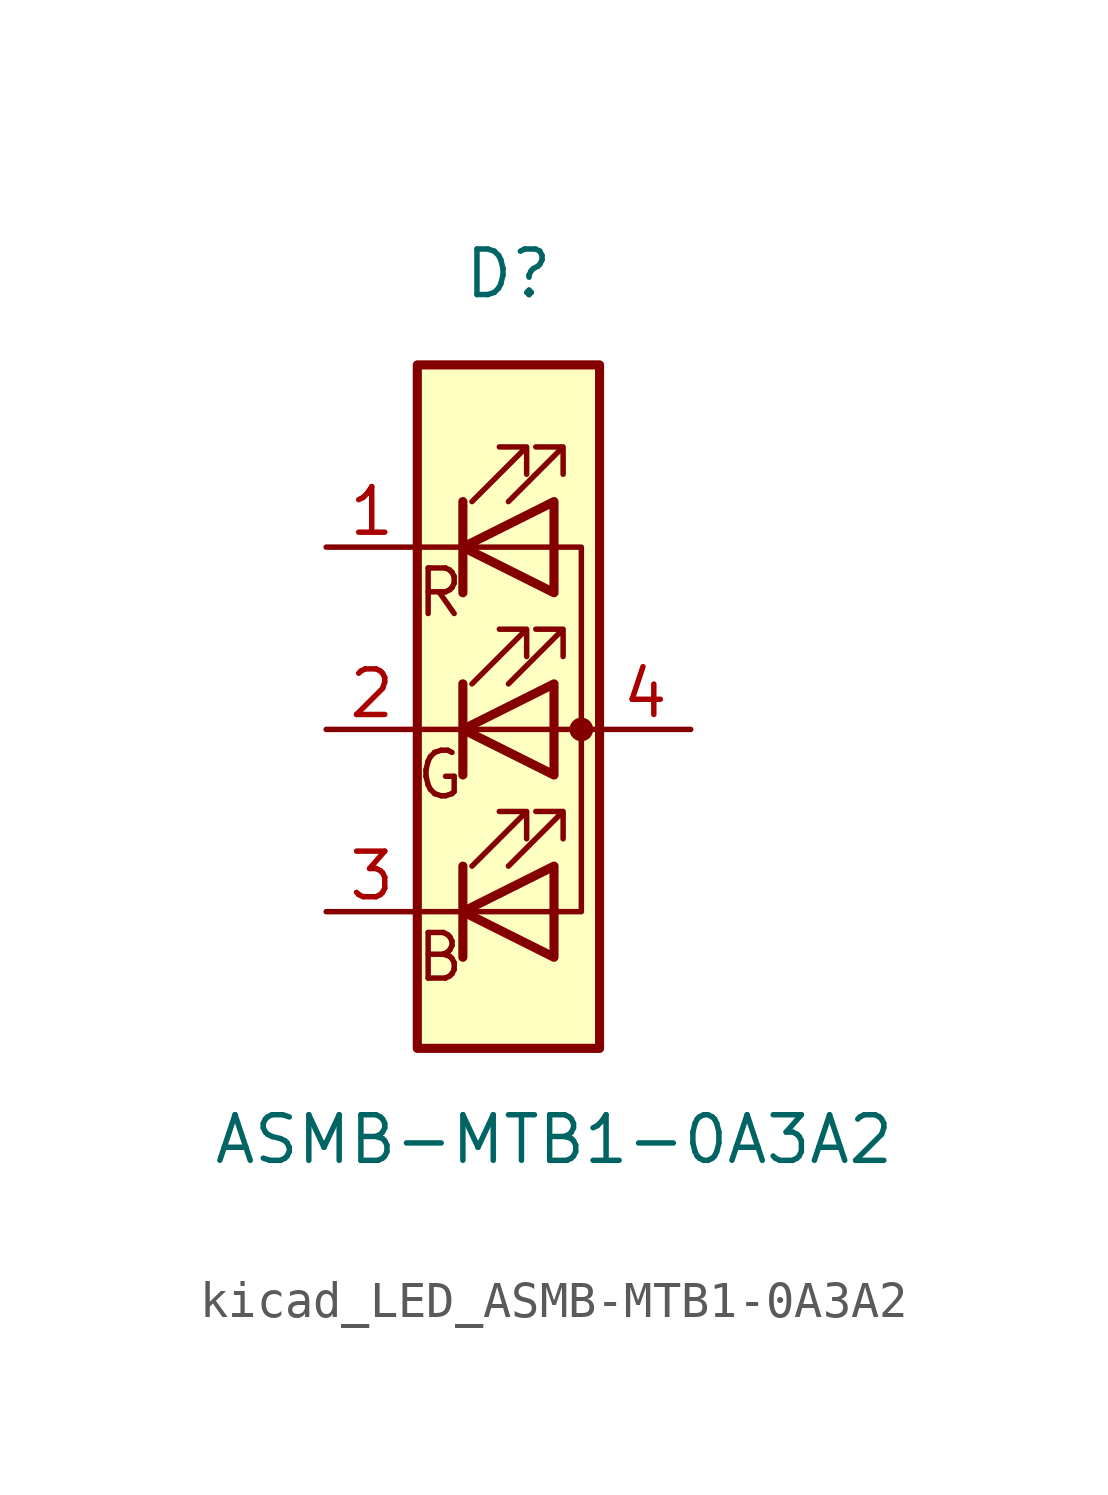
<source format=kicad_sym>
(kicad_symbol_lib
  (version 20220914)
  (generator kicad_symbol_editor)
  (symbol "kicad_LED_ASMB-MTB1-0A3A2"
    (pin_names
      (offset 0) hide)
    (property "Reference" "D"
      (at 0 12.7 0)
      (effects (font (size 1.27 1.27))))
    (property "Value" "ASMB-MTB1-0A3A2"
      (at 1.27 -11.43 0)
      (effects (font (size 1.27 1.27))))
    (symbol "kicad_LED_ASMB-MTB1-0A3A2_0_0"
      (text "B" (at -1.905 -6.35 0) (effects (font (size 1.27 1.27))))
      (text "G" (at -1.905 -1.27 0) (effects (font (size 1.27 1.27))))
      (text "R" (at -1.905 3.81 0) (effects (font (size 1.27 1.27)))))
    (symbol "kicad_LED_ASMB-MTB1-0A3A2_0_1"
      (polyline (pts (xy -2.54 -5.08) (xy 1.27 -5.08)) (stroke (width 0) (type default)) (fill (type none)))
      (polyline (pts (xy -1.27 -3.81) (xy -1.27 -6.35)) (stroke (width 0.254) (type default)) (fill (type none)))
      (polyline (pts (xy -1.27 1.27) (xy -1.27 -1.27)) (stroke (width 0.254) (type default)) (fill (type none)))
      (polyline (pts (xy -1.27 6.35) (xy -1.27 3.81)) (stroke (width 0.254) (type default)) (fill (type none)))
      (polyline (pts (xy 1.27 5.08) (xy -2.54 5.08)) (stroke (width 0) (type default)) (fill (type none)))
      (polyline (pts (xy 2.54 0) (xy -2.54 0)) (stroke (width 0) (type default)) (fill (type none)))
      (polyline (pts (xy 1.27 -5.08) (xy 2.032 -5.08) (xy 2.032 5.08) (xy 1.27 5.08)) (stroke (width 0) (type default)) (fill (type none)))
      (polyline (pts (xy 1.27 -3.81) (xy 1.27 -6.35) (xy -1.27 -5.08) (xy 1.27 -3.81)) (stroke (width 0.254) (type default)) (fill (type none)))
      (polyline (pts (xy 1.27 1.27) (xy 1.27 -1.27) (xy -1.27 0) (xy 1.27 1.27)) (stroke (width 0.254) (type default)) (fill (type none)))
      (polyline (pts (xy 1.27 6.35) (xy 1.27 3.81) (xy -1.27 5.08) (xy 1.27 6.35)) (stroke (width 0.254) (type default)) (fill (type none)))
      (polyline (pts (xy -1.016 -3.81) (xy 0.508 -2.286) (xy -0.254 -2.286) (xy 0.508 -2.286) (xy 0.508 -3.048)) (stroke (width 0) (type default)) (fill (type none)))
      (polyline (pts (xy -1.016 1.27) (xy 0.508 2.794) (xy -0.254 2.794) (xy 0.508 2.794) (xy 0.508 2.032)) (stroke (width 0) (type default)) (fill (type none)))
      (polyline (pts (xy -1.016 6.35) (xy 0.508 7.874) (xy -0.254 7.874) (xy 0.508 7.874) (xy 0.508 7.112)) (stroke (width 0) (type default)) (fill (type none)))
      (polyline (pts (xy 0 -3.81) (xy 1.524 -2.286) (xy 0.762 -2.286) (xy 1.524 -2.286) (xy 1.524 -3.048)) (stroke (width 0) (type default)) (fill (type none)))
      (polyline (pts (xy 0 1.27) (xy 1.524 2.794) (xy 0.762 2.794) (xy 1.524 2.794) (xy 1.524 2.032)) (stroke (width 0) (type default)) (fill (type none)))
      (polyline (pts (xy 0 6.35) (xy 1.524 7.874) (xy 0.762 7.874) (xy 1.524 7.874) (xy 1.524 7.112)) (stroke (width 0) (type default)) (fill (type none)))
      (rectangle (start 1.27 6.35) (end 1.27 6.35) (stroke (width 0) (type default)) (fill (type none)))
      (circle (center 2.032 0) (radius 0.254) (stroke (width 0) (type default)) (fill (type outline)))
      (rectangle (start 2.54 -8.89) (end -2.54 10.16) (stroke (width 0.254) (type default)) (fill (type background))))
    (symbol "kicad_LED_ASMB-MTB1-0A3A2_1_1"
      (pin passive line (at -5.08 5.08 0) (length 2.54) (name "RK" (effects (font (size 1.27 1.27)))) (number "1" (effects (font (size 1.27 1.27)))))
      (pin passive line (at -5.08 0 0) (length 2.54) (name "GK" (effects (font (size 1.27 1.27)))) (number "2" (effects (font (size 1.27 1.27)))))
      (pin passive line (at -5.08 -5.08 0) (length 2.54) (name "BK" (effects (font (size 1.27 1.27)))) (number "3" (effects (font (size 1.27 1.27)))))
      (pin passive line (at 5.08 0 180) (length 2.54) (name "A" (effects (font (size 1.27 1.27)))) (number "4" (effects (font (size 1.27 1.27))))))))
</source>
